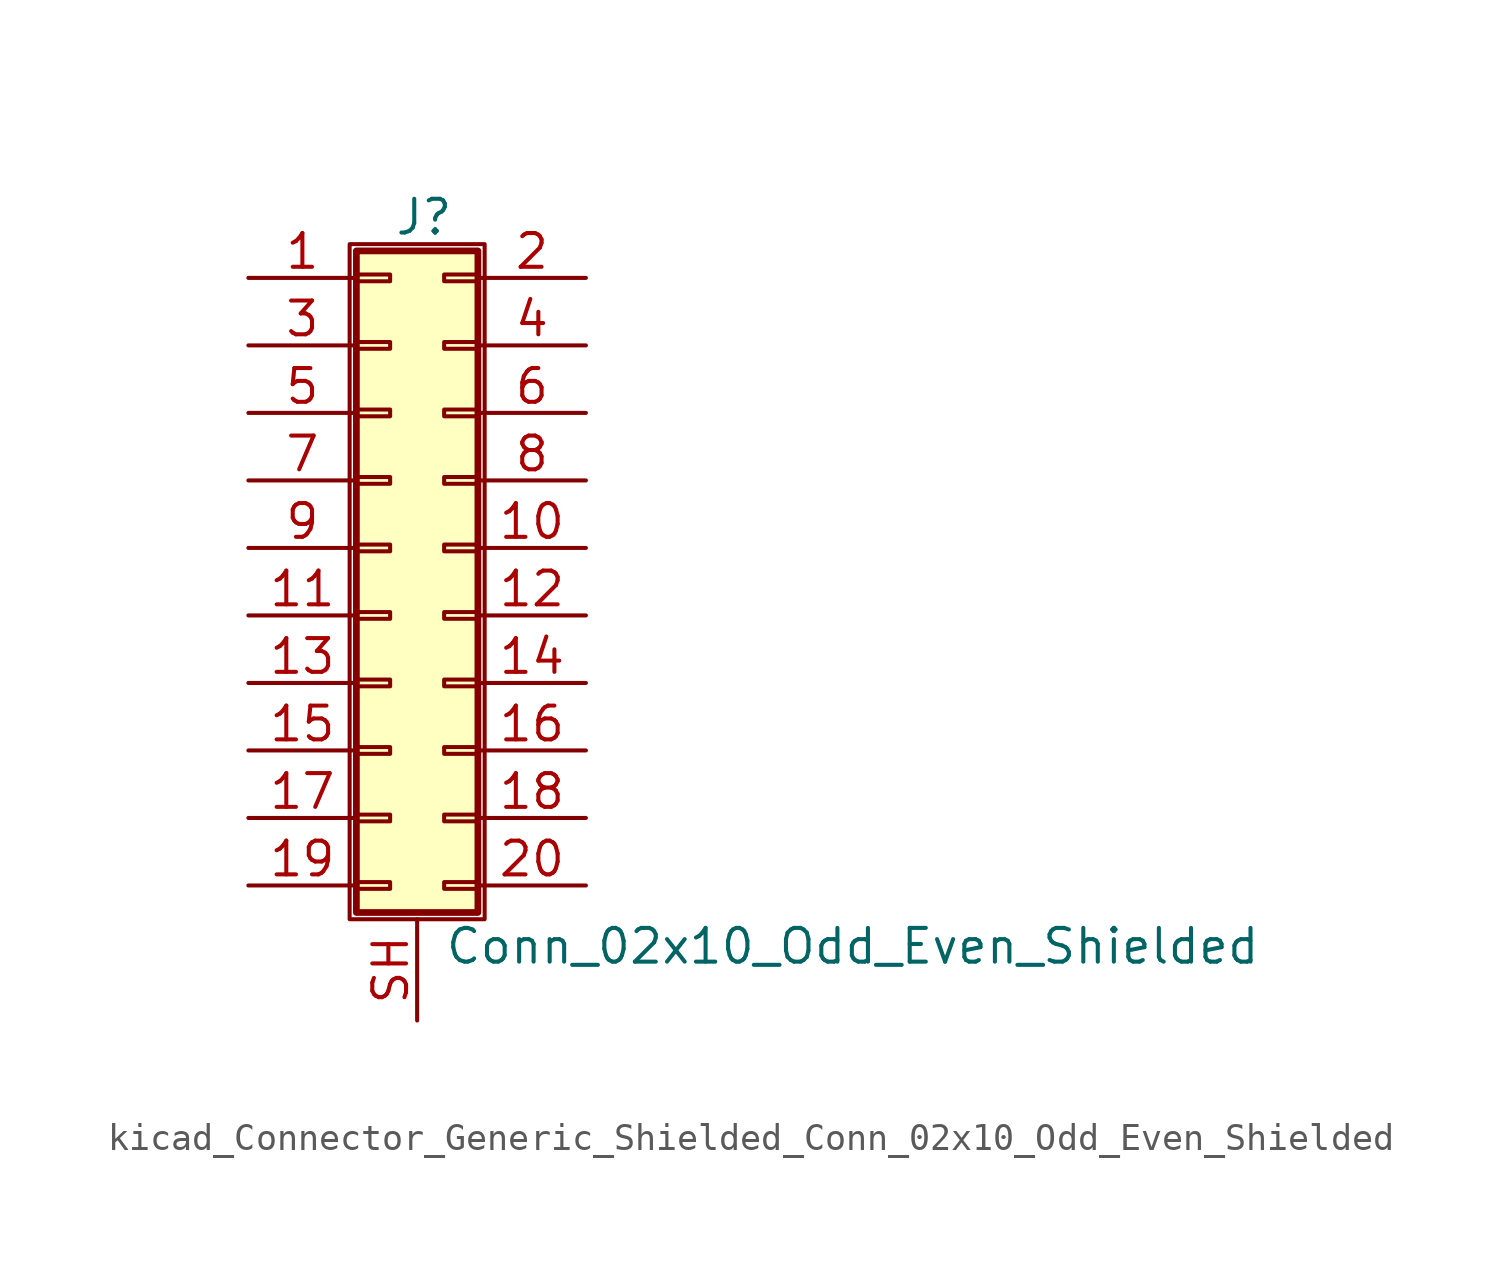
<source format=kicad_sym>
(kicad_symbol_lib
  (version 20220914)
  (generator kicad_symbol_editor)
  (symbol "kicad_Connector_Generic_Shielded_Conn_02x10_Odd_Even_Shielded"
    (pin_names
      (offset 1.016) hide)
    (property "Reference" "J"
      (at 1.524 12.446 0)
      (effects (font (size 1.27 1.27))))
    (property "Value" "Conn_02x10_Odd_Even_Shielded"
      (at 2.286 -14.986 0)
      (effects (font (size 1.27 1.27)) (justify left)))
    (symbol "kicad_Connector_Generic_Shielded_Conn_02x10_Odd_Even_Shielded_1_1"
      (rectangle (start -1.27 11.43) (end 3.81 -13.97) (stroke (width 0.152) (type default)) (fill (type none)))
      (rectangle (start -1.016 -12.573) (end 0.254 -12.827) (stroke (width 0.152) (type default)) (fill (type none)))
      (rectangle (start -1.016 -10.033) (end 0.254 -10.287) (stroke (width 0.152) (type default)) (fill (type none)))
      (rectangle (start -1.016 -7.493) (end 0.254 -7.747) (stroke (width 0.152) (type default)) (fill (type none)))
      (rectangle (start -1.016 -4.953) (end 0.254 -5.207) (stroke (width 0.152) (type default)) (fill (type none)))
      (rectangle (start -1.016 -2.413) (end 0.254 -2.667) (stroke (width 0.152) (type default)) (fill (type none)))
      (rectangle (start -1.016 0.127) (end 0.254 -0.127) (stroke (width 0.152) (type default)) (fill (type none)))
      (rectangle (start -1.016 2.667) (end 0.254 2.413) (stroke (width 0.152) (type default)) (fill (type none)))
      (rectangle (start -1.016 5.207) (end 0.254 4.953) (stroke (width 0.152) (type default)) (fill (type none)))
      (rectangle (start -1.016 7.747) (end 0.254 7.493) (stroke (width 0.152) (type default)) (fill (type none)))
      (rectangle (start -1.016 10.287) (end 0.254 10.033) (stroke (width 0.152) (type default)) (fill (type none)))
      (rectangle (start -1.016 11.176) (end 3.556 -13.716) (stroke (width 0.254) (type default)) (fill (type background)))
      (rectangle (start 3.556 -12.573) (end 2.286 -12.827) (stroke (width 0.152) (type default)) (fill (type none)))
      (rectangle (start 3.556 -10.033) (end 2.286 -10.287) (stroke (width 0.152) (type default)) (fill (type none)))
      (rectangle (start 3.556 -7.493) (end 2.286 -7.747) (stroke (width 0.152) (type default)) (fill (type none)))
      (rectangle (start 3.556 -4.953) (end 2.286 -5.207) (stroke (width 0.152) (type default)) (fill (type none)))
      (rectangle (start 3.556 -2.413) (end 2.286 -2.667) (stroke (width 0.152) (type default)) (fill (type none)))
      (rectangle (start 3.556 0.127) (end 2.286 -0.127) (stroke (width 0.152) (type default)) (fill (type none)))
      (rectangle (start 3.556 2.667) (end 2.286 2.413) (stroke (width 0.152) (type default)) (fill (type none)))
      (rectangle (start 3.556 5.207) (end 2.286 4.953) (stroke (width 0.152) (type default)) (fill (type none)))
      (rectangle (start 3.556 7.747) (end 2.286 7.493) (stroke (width 0.152) (type default)) (fill (type none)))
      (rectangle (start 3.556 10.287) (end 2.286 10.033) (stroke (width 0.152) (type default)) (fill (type none)))
      (pin passive line (at -5.08 10.16 0) (length 4.064) (name "Pin_1" (effects (font (size 1.27 1.27)))) (number "1" (effects (font (size 1.27 1.27)))))
      (pin passive line (at 7.62 0 180) (length 4.064) (name "Pin_10" (effects (font (size 1.27 1.27)))) (number "10" (effects (font (size 1.27 1.27)))))
      (pin passive line (at -5.08 -2.54 0) (length 4.064) (name "Pin_11" (effects (font (size 1.27 1.27)))) (number "11" (effects (font (size 1.27 1.27)))))
      (pin passive line (at 7.62 -2.54 180) (length 4.064) (name "Pin_12" (effects (font (size 1.27 1.27)))) (number "12" (effects (font (size 1.27 1.27)))))
      (pin passive line (at -5.08 -5.08 0) (length 4.064) (name "Pin_13" (effects (font (size 1.27 1.27)))) (number "13" (effects (font (size 1.27 1.27)))))
      (pin passive line (at 7.62 -5.08 180) (length 4.064) (name "Pin_14" (effects (font (size 1.27 1.27)))) (number "14" (effects (font (size 1.27 1.27)))))
      (pin passive line (at -5.08 -7.62 0) (length 4.064) (name "Pin_15" (effects (font (size 1.27 1.27)))) (number "15" (effects (font (size 1.27 1.27)))))
      (pin passive line (at 7.62 -7.62 180) (length 4.064) (name "Pin_16" (effects (font (size 1.27 1.27)))) (number "16" (effects (font (size 1.27 1.27)))))
      (pin passive line (at -5.08 -10.16 0) (length 4.064) (name "Pin_17" (effects (font (size 1.27 1.27)))) (number "17" (effects (font (size 1.27 1.27)))))
      (pin passive line (at 7.62 -10.16 180) (length 4.064) (name "Pin_18" (effects (font (size 1.27 1.27)))) (number "18" (effects (font (size 1.27 1.27)))))
      (pin passive line (at -5.08 -12.7 0) (length 4.064) (name "Pin_19" (effects (font (size 1.27 1.27)))) (number "19" (effects (font (size 1.27 1.27)))))
      (pin passive line (at 7.62 10.16 180) (length 4.064) (name "Pin_2" (effects (font (size 1.27 1.27)))) (number "2" (effects (font (size 1.27 1.27)))))
      (pin passive line (at 7.62 -12.7 180) (length 4.064) (name "Pin_20" (effects (font (size 1.27 1.27)))) (number "20" (effects (font (size 1.27 1.27)))))
      (pin passive line (at -5.08 7.62 0) (length 4.064) (name "Pin_3" (effects (font (size 1.27 1.27)))) (number "3" (effects (font (size 1.27 1.27)))))
      (pin passive line (at 7.62 7.62 180) (length 4.064) (name "Pin_4" (effects (font (size 1.27 1.27)))) (number "4" (effects (font (size 1.27 1.27)))))
      (pin passive line (at -5.08 5.08 0) (length 4.064) (name "Pin_5" (effects (font (size 1.27 1.27)))) (number "5" (effects (font (size 1.27 1.27)))))
      (pin passive line (at 7.62 5.08 180) (length 4.064) (name "Pin_6" (effects (font (size 1.27 1.27)))) (number "6" (effects (font (size 1.27 1.27)))))
      (pin passive line (at -5.08 2.54 0) (length 4.064) (name "Pin_7" (effects (font (size 1.27 1.27)))) (number "7" (effects (font (size 1.27 1.27)))))
      (pin passive line (at 7.62 2.54 180) (length 4.064) (name "Pin_8" (effects (font (size 1.27 1.27)))) (number "8" (effects (font (size 1.27 1.27)))))
      (pin passive line (at -5.08 0 0) (length 4.064) (name "Pin_9" (effects (font (size 1.27 1.27)))) (number "9" (effects (font (size 1.27 1.27)))))
      (pin passive line (at 1.27 -17.78 90) (length 3.81) (name "Shield" (effects (font (size 1.27 1.27)))) (number "SH" (effects (font (size 1.27 1.27))))))))
</source>
